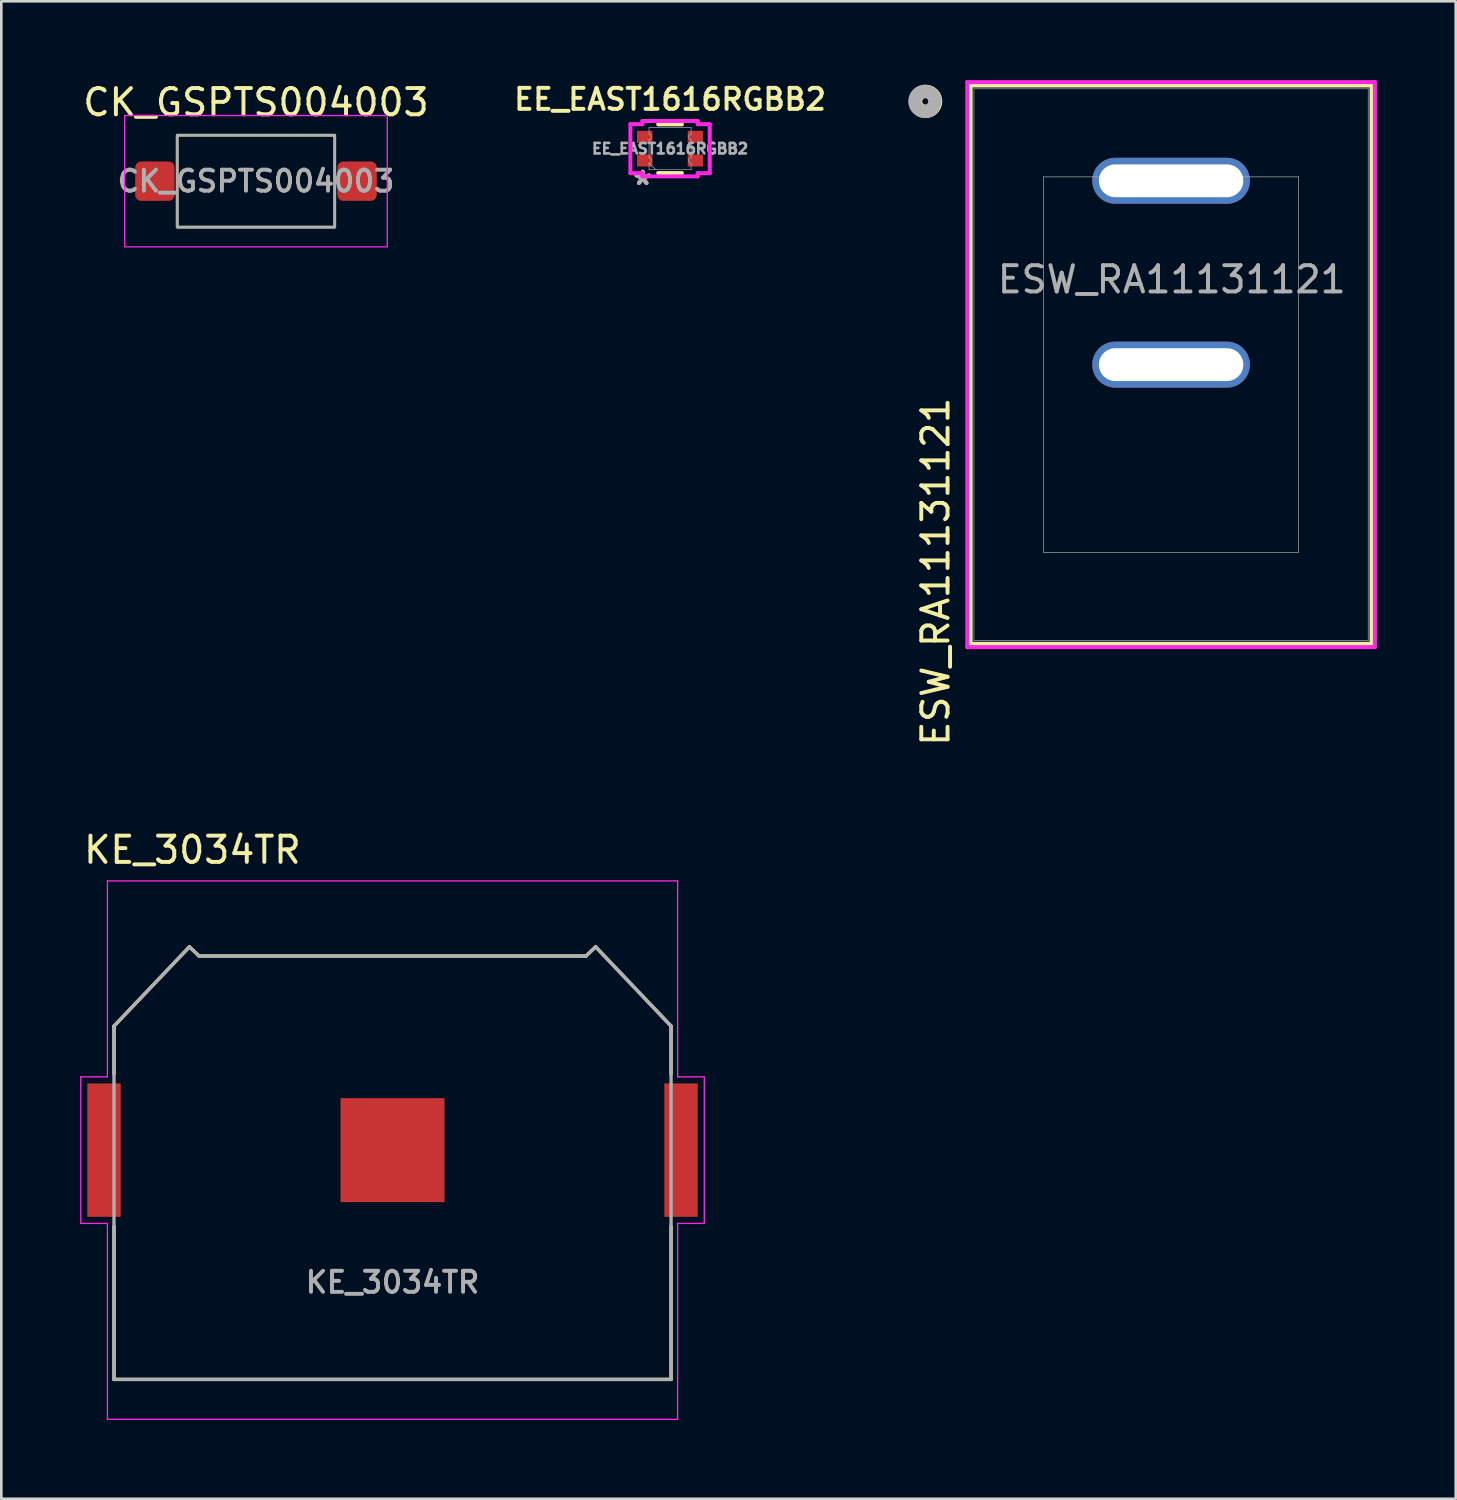
<source format=kicad_pcb>
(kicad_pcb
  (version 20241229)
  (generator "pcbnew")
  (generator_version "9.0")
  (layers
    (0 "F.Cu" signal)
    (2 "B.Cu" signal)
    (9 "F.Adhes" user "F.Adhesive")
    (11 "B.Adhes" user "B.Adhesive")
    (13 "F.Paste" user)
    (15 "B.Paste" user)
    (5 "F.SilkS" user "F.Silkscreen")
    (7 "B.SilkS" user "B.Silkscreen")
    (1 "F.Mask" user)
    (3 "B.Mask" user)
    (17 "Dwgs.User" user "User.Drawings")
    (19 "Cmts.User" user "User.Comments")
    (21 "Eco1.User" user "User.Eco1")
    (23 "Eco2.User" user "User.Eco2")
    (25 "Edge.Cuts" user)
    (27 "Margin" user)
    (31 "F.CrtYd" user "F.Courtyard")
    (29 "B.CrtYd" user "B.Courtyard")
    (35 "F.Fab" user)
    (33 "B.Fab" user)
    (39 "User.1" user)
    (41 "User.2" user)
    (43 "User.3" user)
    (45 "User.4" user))
  (footprint "EE_EAST1616RGBB2"
    (layer "F.Cu")
    (at 22.462 2.611)
    (property "Reference" "EE_EAST1616RGBB2" (at 0 -1.88 0) (unlocked yes) (layer "F.SilkS") (effects (font (size 0.8 0.8) (thickness 0.15))))
    (attr smd)
    (fp_line (start -0.452 -0.927) (end 0.452 -0.927) (stroke (width 0.152) (type solid)) (layer "F.SilkS"))
    (fp_line (start -0.452 0.927) (end 0.452 0.927) (stroke (width 0.152) (type solid)) (layer "F.SilkS"))
    (fp_line (start -1.511 -0.933) (end -1.054 -0.933) (stroke (width 0.152) (type solid)) (layer "F.CrtYd"))
    (fp_line (start -1.511 0.933) (end -1.511 -0.933) (stroke (width 0.152) (type solid)) (layer "F.CrtYd"))
    (fp_line (start -1.511 0.933) (end -1.054 0.933) (stroke (width 0.152) (type solid)) (layer "F.CrtYd"))
    (fp_line (start -1.054 -1.054) (end 1.054 -1.054) (stroke (width 0.152) (type solid)) (layer "F.CrtYd"))
    (fp_line (start -1.054 -0.933) (end -1.054 -1.054) (stroke (width 0.152) (type solid)) (layer "F.CrtYd"))
    (fp_line (start -1.054 1.054) (end -1.054 0.933) (stroke (width 0.152) (type solid)) (layer "F.CrtYd"))
    (fp_line (start 1.054 -1.054) (end 1.054 -0.933) (stroke (width 0.152) (type solid)) (layer "F.CrtYd"))
    (fp_line (start 1.054 0.933) (end 1.054 1.054) (stroke (width 0.152) (type solid)) (layer "F.CrtYd"))
    (fp_line (start 1.054 1.054) (end -1.054 1.054) (stroke (width 0.152) (type solid)) (layer "F.CrtYd"))
    (fp_line (start 1.511 -0.933) (end 1.054 -0.933) (stroke (width 0.152) (type solid)) (layer "F.CrtYd"))
    (fp_line (start 1.511 -0.933) (end 1.511 0.933) (stroke (width 0.152) (type solid)) (layer "F.CrtYd"))
    (fp_line (start 1.511 0.933) (end 1.054 0.933) (stroke (width 0.152) (type solid)) (layer "F.CrtYd"))
    (fp_line (start -0.8 -0.8) (end 0.8 -0.8) (stroke (width 0.025) (type solid)) (layer "F.Fab"))
    (fp_line (start -0.8 -0.552) (end -0.8 -0.8) (stroke (width 0.025) (type solid)) (layer "F.Fab"))
    (fp_line (start -0.8 -0.348) (end -0.8 0.348) (stroke (width 0.025) (type solid)) (layer "F.Fab"))
    (fp_line (start -0.8 0.552) (end -0.8 0.8) (stroke (width 0.025) (type solid)) (layer "F.Fab"))
    (fp_line (start -0.8 0.8) (end 0.8 0.8) (stroke (width 0.025) (type solid)) (layer "F.Fab"))
    (fp_line (start -0.546 0.8) (end -0.8 0.552) (stroke (width 0.025) (type solid)) (layer "F.Fab"))
    (fp_line (start 0.8 -0.552) (end 0.8 -0.8) (stroke (width 0.025) (type solid)) (layer "F.Fab"))
    (fp_line (start 0.8 -0.348) (end 0.8 0.348) (stroke (width 0.025) (type solid)) (layer "F.Fab"))
    (fp_line (start 0.8 0.552) (end 0.8 0.8) (stroke (width 0.025) (type solid)) (layer "F.Fab"))
    (fp_arc (start -0.8001 -0.551599) (mid -0.6985 -0.449999) (end -0.8001 -0.348399) (stroke (width 0.0254) (type solid)) (layer "F.Fab"))
    (fp_arc (start -0.8001 0.348399) (mid -0.6985 0.449999) (end -0.8001 0.551599) (stroke (width 0.0254) (type solid)) (layer "F.Fab"))
    (fp_arc (start 0.8001 -0.348399) (mid 0.6985 -0.449999) (end 0.8001 -0.551599) (stroke (width 0.0254) (type solid)) (layer "F.Fab"))
    (fp_arc (start 0.8001 0.551599) (mid 0.6985 0.449999) (end 0.8001 0.348399) (stroke (width 0.0254) (type solid)) (layer "F.Fab"))
    (fp_text user "*" (at -1.041 1.422 0) (unlocked yes) (layer "F.SilkS") (effects (font (size 1 1) (thickness 0.15))))
    (fp_text user "${REFERENCE}" (at 0 0 0) (unlocked yes) (layer "F.Fab") (effects (font (size 0.4 0.4) (thickness 0.1))))
    (fp_text user "*" (at -1.041 1.422 0) (unlocked yes) (layer "F.Fab") (effects (font (size 1 1) (thickness 0.15))))
    (pad "1" smd rect (at -0.965 0.45) (size 0.584 0.457) (layers "F.Cu" "F.Mask" "F.Paste"))
    (pad "2" smd rect (at -0.965 -0.45) (size 0.584 0.457) (layers "F.Cu" "F.Mask" "F.Paste"))
    (pad "3" smd rect (at 0.965 -0.45) (size 0.584 0.457) (layers "F.Cu" "F.Mask" "F.Paste"))
    (pad "4" smd rect (at 0.965 0.45) (size 0.584 0.457) (layers "F.Cu" "F.Mask" "F.Paste")))
  (footprint "KE_3034TR"
    (layer "F.Cu")
    (at 11.895 40.74)
    (property "Reference" "KE_3034TR" (at -7.62 -11.43 0) (layer "F.SilkS") (effects (font (size 1 1) (thickness 0.15))))
    (attr smd)
    (fp_line (start -10.605 -4.723) (end -10.605 -2.9) (stroke (width 0.127) (type solid)) (layer "F.SilkS"))
    (fp_line (start -10.605 8.729) (end -10.605 2.9) (stroke (width 0.127) (type solid)) (layer "F.SilkS"))
    (fp_line (start -10.605 8.729) (end 10.605 8.729) (stroke (width 0.127) (type solid)) (layer "F.SilkS"))
    (fp_line (start -7.734 -7.741) (end -10.605 -4.723) (stroke (width 0.127) (type solid)) (layer "F.SilkS"))
    (fp_line (start -7.734 -7.741) (end -7.366 -7.391) (stroke (width 0.127) (type solid)) (layer "F.SilkS"))
    (fp_line (start -7.366 -7.391) (end 7.366 -7.391) (stroke (width 0.127) (type solid)) (layer "F.SilkS"))
    (fp_line (start 7.366 -7.391) (end 7.734 -7.741) (stroke (width 0.127) (type solid)) (layer "F.SilkS"))
    (fp_line (start 7.734 -7.741) (end 10.605 -4.723) (stroke (width 0.127) (type solid)) (layer "F.SilkS"))
    (fp_line (start 10.605 -4.723) (end 10.605 -2.9) (stroke (width 0.127) (type solid)) (layer "F.SilkS"))
    (fp_line (start 10.605 8.729) (end 10.605 2.9) (stroke (width 0.127) (type solid)) (layer "F.SilkS"))
    (fp_line (start -11.87 -2.79) (end -11.87 2.79) (stroke (width 0.05) (type solid)) (layer "F.CrtYd"))
    (fp_line (start -11.87 2.79) (end -10.855 2.79) (stroke (width 0.05) (type solid)) (layer "F.CrtYd"))
    (fp_line (start -10.855 -10.25) (end -10.855 -2.79) (stroke (width 0.05) (type solid)) (layer "F.CrtYd"))
    (fp_line (start -10.855 -2.79) (end -11.87 -2.79) (stroke (width 0.05) (type solid)) (layer "F.CrtYd"))
    (fp_line (start -10.855 2.79) (end -10.855 10.25) (stroke (width 0.05) (type solid)) (layer "F.CrtYd"))
    (fp_line (start -10.855 10.25) (end 10.855 10.25) (stroke (width 0.05) (type solid)) (layer "F.CrtYd"))
    (fp_line (start 10.855 -10.25) (end -10.855 -10.25) (stroke (width 0.05) (type solid)) (layer "F.CrtYd"))
    (fp_line (start 10.855 -2.79) (end 10.855 -10.25) (stroke (width 0.05) (type solid)) (layer "F.CrtYd"))
    (fp_line (start 10.855 -2.79) (end 11.87 -2.79) (stroke (width 0.05) (type solid)) (layer "F.CrtYd"))
    (fp_line (start 10.855 10.25) (end 10.855 2.79) (stroke (width 0.05) (type solid)) (layer "F.CrtYd"))
    (fp_line (start 11.87 -2.79) (end 11.87 2.79) (stroke (width 0.05) (type solid)) (layer "F.CrtYd"))
    (fp_line (start 11.87 2.79) (end 10.855 2.79) (stroke (width 0.05) (type solid)) (layer "F.CrtYd"))
    (fp_line (start -10.605 -4.723) (end -10.605 8.729) (stroke (width 0.127) (type solid)) (layer "F.Fab"))
    (fp_line (start -10.605 8.729) (end 10.605 8.729) (stroke (width 0.127) (type solid)) (layer "F.Fab"))
    (fp_line (start -7.734 -7.741) (end -10.605 -4.723) (stroke (width 0.127) (type solid)) (layer "F.Fab"))
    (fp_line (start -7.734 -7.741) (end -7.366 -7.391) (stroke (width 0.127) (type solid)) (layer "F.Fab"))
    (fp_line (start -7.366 -7.391) (end 7.366 -7.391) (stroke (width 0.127) (type solid)) (layer "F.Fab"))
    (fp_line (start 7.366 -7.391) (end 7.734 -7.741) (stroke (width 0.127) (type solid)) (layer "F.Fab"))
    (fp_line (start 7.734 -7.741) (end 10.605 -4.723) (stroke (width 0.127) (type solid)) (layer "F.Fab"))
    (fp_line (start 10.605 -4.723) (end 10.605 8.729) (stroke (width 0.127) (type solid)) (layer "F.Fab"))
    (fp_text user "${REFERENCE}" (at 0 5.5 0) (unlocked yes) (layer "F.Fab") (effects (font (size 0.8 0.8) (thickness 0.15)) (justify bottom)))
    (pad "N" smd rect (at 0 0) (size 3.96 3.96) (layers "F.Cu" "F.Mask"))
    (pad "P1" smd rect (at -10.985 0) (size 1.27 5.08) (layers "F.Cu" "F.Mask" "F.Paste"))
    (pad "P2" smd rect (at 10.985 0) (size 1.27 5.08) (layers "F.Cu" "F.Mask" "F.Paste")))
  (footprint "ESW_RA11131121"
    (layer "F.Cu")
    (at 41.538 3.833)
    (property "Reference" "ESW_RA11131121" (at -8.966 14.884 90) (unlocked yes) (layer "F.SilkS") (effects (font (size 1 1) (thickness 0.15))))
    (attr through_hole)
    (fp_line (start -7.633 -3.63) (end -7.633 17.63) (stroke (width 0.152) (type solid)) (layer "F.SilkS"))
    (fp_line (start -7.633 17.63) (end 7.633 17.63) (stroke (width 0.152) (type solid)) (layer "F.SilkS"))
    (fp_line (start 7.633 -3.63) (end -7.633 -3.63) (stroke (width 0.152) (type solid)) (layer "F.SilkS"))
    (fp_line (start 7.633 17.63) (end 7.633 -3.63) (stroke (width 0.152) (type solid)) (layer "F.SilkS"))
    (fp_circle (center -9.347 -3.023) (end -8.966 -3.023) (stroke (width 0.508) (type solid)) (fill no) (layer "F.SilkS"))
    (fp_line (start -7.76 -3.757) (end -7.76 17.757) (stroke (width 0.152) (type solid)) (layer "F.CrtYd"))
    (fp_line (start -7.76 17.757) (end 7.76 17.757) (stroke (width 0.152) (type solid)) (layer "F.CrtYd"))
    (fp_line (start 7.76 -3.757) (end -7.76 -3.757) (stroke (width 0.152) (type solid)) (layer "F.CrtYd"))
    (fp_line (start 7.76 17.757) (end 7.76 -3.757) (stroke (width 0.152) (type solid)) (layer "F.CrtYd"))
    (fp_line (start -7.506 -3.503) (end -7.506 17.503) (stroke (width 0.025) (type solid)) (layer "F.Fab"))
    (fp_line (start -7.506 17.503) (end 7.506 17.503) (stroke (width 0.025) (type solid)) (layer "F.Fab"))
    (fp_line (start -4.851 -0.15) (end -4.851 14.15) (stroke (width 0.025) (type solid)) (layer "F.Fab"))
    (fp_line (start -4.851 -0.15) (end 4.851 -0.15) (stroke (width 0.025) (type solid)) (layer "F.Fab"))
    (fp_line (start 4.851 -0.15) (end 4.851 14.15) (stroke (width 0.025) (type solid)) (layer "F.Fab"))
    (fp_line (start 4.851 14.15) (end -4.851 14.15) (stroke (width 0.025) (type solid)) (layer "F.Fab"))
    (fp_line (start 7.506 -3.503) (end -7.506 -3.503) (stroke (width 0.025) (type solid)) (layer "F.Fab"))
    (fp_line (start 7.506 17.503) (end 7.506 -3.503) (stroke (width 0.025) (type solid)) (layer "F.Fab"))
    (fp_circle (center -9.373 -3.023) (end -8.992 -3.023) (stroke (width 0.508) (type solid)) (fill no) (layer "F.Fab"))
    (fp_text user "${REFERENCE}" (at 0.025 3.759 0) (unlocked yes) (layer "F.Fab") (effects (font (size 1 1) (thickness 0.15))))
    (pad "1" thru_hole oval (at 0 0) (size 6 1.75) (drill oval 5.5 1.25) (layers "*.Cu" "*.Mask"))
    (pad "2" thru_hole oval (at 0 7) (size 6 1.75) (drill oval 5.5 1.25) (layers "*.Cu" "*.Mask")))
  (footprint "CK_GSPTS004003"
    (layer "F.Cu")
    (at 6.696 3.848)
    (property "Reference" "CK_GSPTS004003" (at 0 -3 0) (unlocked yes) (layer "F.SilkS") (effects (font (size 1 1) (thickness 0.15))))
    (attr smd)
    (fp_rect (start -3 -1.75) (end 3 1.75) (stroke (width 0.1) (type solid)) (fill no) (layer "F.SilkS"))
    (fp_rect (start -5 -2.5) (end 5 2.5) (stroke (width 0.05) (type solid)) (fill no) (layer "F.CrtYd"))
    (fp_rect (start -3 -1.75) (end 3 1.75) (stroke (width 0.1) (type solid)) (fill no) (layer "F.Fab"))
    (fp_text user "${REFERENCE}" (at 0 0 0) (unlocked yes) (layer "F.Fab") (effects (font (size 0.8 0.8) (thickness 0.15))))
    (pad "1" smd roundrect (at -3.85 0) (size 1.5 1.5) (layers "F.Cu" "F.Mask" "F.Paste") (roundrect_rratio 0.15))
    (pad "2" smd roundrect (at 3.85 0) (size 1.5 1.5) (layers "F.Cu" "F.Mask" "F.Paste") (roundrect_rratio 0.15)))
  (gr_rect
    (start -3 -3)
    (end 52.374 54.015)
    (stroke (width 0.1) (type default))
    (fill no)
    (layer "Edge.Cuts")))
</source>
